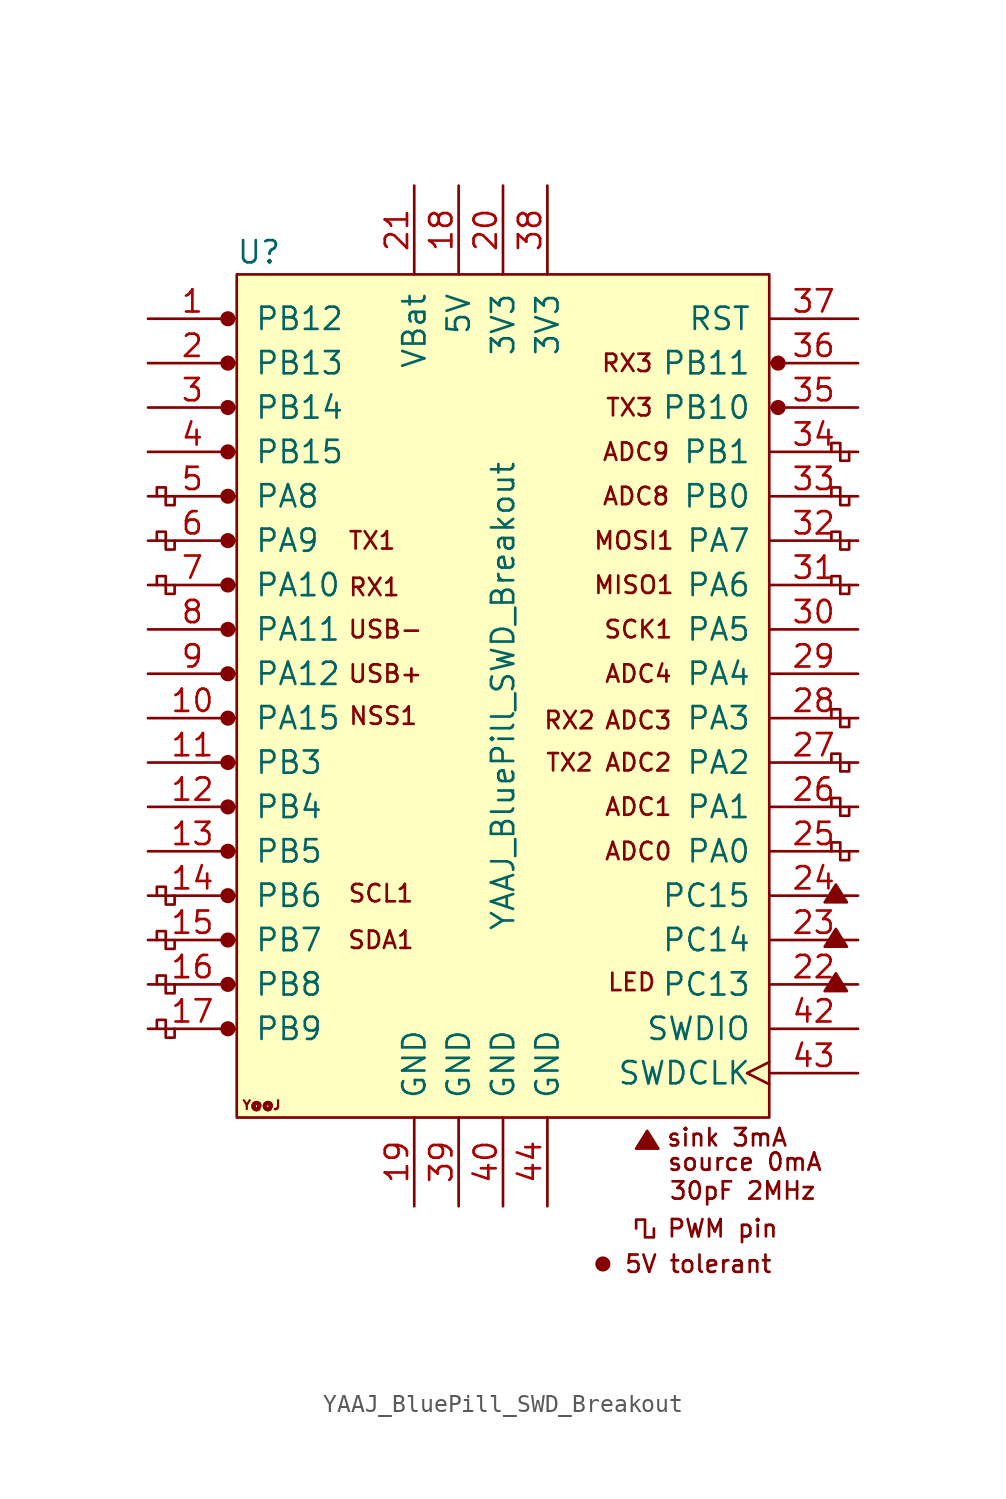
<source format=kicad_sym>
(kicad_symbol_lib
  (version 20241209)
  (generator "kicad_symbol_editor")
  (generator_version "9.0")
  (symbol "YAAJ_BluePill_SWD_Breakout"
    (pin_names
      (offset 1.016))
    (property "Reference" "U"
      (at -13.97 24.13 0)
      (effects (font (size 1.27 1.27))))
    (property "Value" "YAAJ_BluePill_SWD_Breakout"
      (at 0 -1.27 90)
      (effects (font (size 1.27 1.27))))
    (symbol "YAAJ_BluePill_SWD_Breakout_0_0"
      (circle (center -15.748 20.32) (radius 0.356) (stroke (width 0) (type solid)) (fill (type outline)))
      (circle (center -15.748 15.24) (radius 0.356) (stroke (width 0) (type solid)) (fill (type outline)))
      (circle (center -15.748 12.7) (radius 0.356) (stroke (width 0) (type solid)) (fill (type outline)))
      (circle (center -15.748 10.16) (radius 0.356) (stroke (width 0) (type solid)) (fill (type outline)))
      (circle (center -15.748 7.62) (radius 0.356) (stroke (width 0) (type solid)) (fill (type outline)))
      (circle (center -15.748 5.08) (radius 0.356) (stroke (width 0) (type solid)) (fill (type outline)))
      (circle (center -15.748 2.54) (radius 0.356) (stroke (width 0) (type solid)) (fill (type outline)))
      (circle (center -15.748 0) (radius 0.356) (stroke (width 0) (type solid)) (fill (type outline)))
      (circle (center -15.748 -2.54) (radius 0.356) (stroke (width 0) (type solid)) (fill (type outline)))
      (circle (center -15.748 -5.08) (radius 0.356) (stroke (width 0) (type solid)) (fill (type outline)))
      (circle (center -15.748 -7.62) (radius 0.356) (stroke (width 0) (type solid)) (fill (type outline)))
      (circle (center -15.748 -10.16) (radius 0.356) (stroke (width 0) (type solid)) (fill (type outline)))
      (circle (center -15.748 -12.7) (radius 0.356) (stroke (width 0) (type solid)) (fill (type outline)))
      (circle (center -15.748 -15.24) (radius 0.356) (stroke (width 0) (type solid)) (fill (type outline)))
      (circle (center -15.748 -17.78) (radius 0.356) (stroke (width 0) (type solid)) (fill (type outline)))
      (circle (center -15.748 -20.32) (radius 0.356) (stroke (width 0) (type solid)) (fill (type outline)))
      (circle (center 5.715 -33.782) (radius 0.127) (stroke (width 0) (type solid)) (fill (type outline)))
      (circle (center 5.715 -33.782) (radius 0.254) (stroke (width 0) (type solid)) (fill (type none)))
      (circle (center 5.715 -33.782) (radius 0.356) (stroke (width 0) (type solid)) (fill (type none)))
      (polyline (pts (xy 7.62 -27.178) (xy 8.255 -26.162) (xy 8.89 -27.178) (xy 7.62 -27.178) (xy 8.255 -26.289) (xy 8.763 -27.178) (xy 7.747 -27.051) (xy 8.255 -26.416) (xy 8.636 -27.178) (xy 7.874 -26.924) (xy 8.382 -26.543) (xy 8.509 -27.178) (xy 8.001 -26.797) (xy 8.509 -26.67) (xy 8.382 -27.051) (xy 8.128 -26.797) (xy 8.382 -26.924) (xy 8.255 -26.67)) (stroke (width 0) (type solid)) (fill (type none)))
      (circle (center 15.748 17.78) (radius 0.254) (stroke (width 0) (type solid)) (fill (type outline)))
      (circle (center 15.748 17.78) (radius 0.356) (stroke (width 0) (type solid)) (fill (type none)))
      (circle (center 15.748 15.24) (radius 0.254) (stroke (width 0) (type solid)) (fill (type outline)))
      (circle (center 15.748 15.24) (radius 0.356) (stroke (width 0) (type solid)) (fill (type none)))
      (polyline (pts (xy 18.415 -13.081) (xy 19.05 -12.065) (xy 19.685 -13.081) (xy 18.415 -13.081) (xy 19.05 -12.192) (xy 19.558 -13.081) (xy 18.542 -12.954) (xy 19.05 -12.319) (xy 19.431 -13.081) (xy 18.669 -12.827) (xy 19.177 -12.446) (xy 19.304 -13.081) (xy 18.796 -12.7) (xy 19.304 -12.573) (xy 19.177 -12.954) (xy 18.923 -12.7) (xy 19.177 -12.827) (xy 19.05 -12.573)) (stroke (width 0) (type solid)) (fill (type none)))
      (polyline (pts (xy 18.415 -15.621) (xy 19.05 -14.605) (xy 19.685 -15.621) (xy 18.415 -15.621) (xy 19.05 -14.732) (xy 19.558 -15.621) (xy 18.542 -15.494) (xy 19.05 -14.859) (xy 19.431 -15.621) (xy 18.669 -15.367) (xy 19.177 -14.986) (xy 19.304 -15.621) (xy 18.796 -15.24) (xy 19.304 -15.113) (xy 19.177 -15.494) (xy 18.923 -15.24) (xy 19.177 -15.367) (xy 19.05 -15.113)) (stroke (width 0) (type solid)) (fill (type none)))
      (polyline (pts (xy 18.415 -18.161) (xy 19.05 -17.145) (xy 19.685 -18.161) (xy 18.415 -18.161) (xy 19.05 -17.272) (xy 19.558 -18.161) (xy 18.542 -18.034) (xy 19.05 -17.399) (xy 19.431 -18.161) (xy 18.669 -17.907) (xy 19.177 -17.526) (xy 19.304 -18.161) (xy 18.796 -17.78) (xy 19.304 -17.653) (xy 19.177 -18.034) (xy 18.923 -17.78) (xy 19.177 -17.907) (xy 19.05 -17.653)) (stroke (width 0) (type solid)) (fill (type none)))
      (text "Y@@J" (at -13.818 -24.689 0) (effects (font (size 0.508 0.508))))
      (text "TX1" (at -7.493 7.62 0) (effects (font (size 0.991 0.991))))
      (text "RX1" (at -7.366 4.953 0) (effects (font (size 0.991 0.991))))
      (text "SCL1" (at -6.985 -12.573 0) (effects (font (size 0.991 0.991))))
      (text "SDA1" (at -6.985 -15.24 0) (effects (font (size 0.991 0.991))))
      (text "NSS1" (at -6.858 -2.413 0) (effects (font (size 0.991 0.991))))
      (text "USB-" (at -6.731 2.54 0) (effects (font (size 0.991 0.991))))
      (text "USB+" (at -6.731 0 0) (effects (font (size 0.991 0.991))))
      (text "RX2" (at 3.81 -2.667 0) (effects (font (size 0.991 0.991))))
      (text "TX2" (at 3.81 -5.08 0) (effects (font (size 0.991 0.991))))
      (text "RX3" (at 7.112 17.78 0) (effects (font (size 0.991 0.991))))
      (text "TX3" (at 7.239 15.24 0) (effects (font (size 0.991 0.991))))
      (text "LED" (at 7.366 -17.653 0) (effects (font (size 0.991 0.991))))
      (text "MOSI1" (at 7.493 7.62 0) (effects (font (size 0.991 0.991))))
      (text "MISO1" (at 7.493 5.08 0) (effects (font (size 0.991 0.991))))
      (text "ADC9" (at 7.62 12.7 0) (effects (font (size 0.991 0.991))))
      (text "ADC8" (at 7.62 10.16 0) (effects (font (size 0.991 0.991))))
      (text "SCK1" (at 7.747 2.54 0) (effects (font (size 0.991 0.991))))
      (text "ADC4" (at 7.747 0 0) (effects (font (size 0.991 0.991))))
      (text "ADC3" (at 7.747 -2.667 0) (effects (font (size 0.991 0.991))))
      (text "ADC2" (at 7.747 -5.08 0) (effects (font (size 0.991 0.991))))
      (text "ADC1" (at 7.747 -7.62 0) (effects (font (size 0.991 0.991))))
      (text "ADC0" (at 7.747 -10.16 0) (effects (font (size 0.991 0.991))))
      (text "5V tolerant" (at 11.176 -33.782 0) (effects (font (size 0.991 0.991))))
      (text "PWM pin" (at 12.573 -31.75 0) (effects (font (size 0.991 0.991))))
      (text "sink 3mA" (at 12.827 -26.543 0) (effects (font (size 0.991 0.991))))
      (text "30pF 2MHz" (at 13.716 -29.591 0) (effects (font (size 0.991 0.991))))
      (text "source 0mA" (at 13.843 -27.94 0) (effects (font (size 0.991 0.991)))))
    (symbol "YAAJ_BluePill_SWD_Breakout_0_1"
      (polyline (pts (xy -18.796 10.16) (xy -18.796 9.652) (xy -19.304 9.652) (xy -19.304 10.668) (xy -19.812 10.668) (xy -19.812 10.16)) (stroke (width 0) (type solid)) (fill (type none)))
      (polyline (pts (xy -18.796 7.62) (xy -18.796 7.112) (xy -19.304 7.112) (xy -19.304 8.128) (xy -19.812 8.128) (xy -19.812 7.62)) (stroke (width 0) (type solid)) (fill (type none)))
      (polyline (pts (xy -18.796 5.08) (xy -18.796 4.572) (xy -19.304 4.572) (xy -19.304 5.588) (xy -19.812 5.588) (xy -19.812 5.08)) (stroke (width 0) (type solid)) (fill (type none)))
      (polyline (pts (xy -18.796 -12.7) (xy -18.796 -13.208) (xy -19.304 -13.208) (xy -19.304 -12.192) (xy -19.812 -12.192) (xy -19.812 -12.7)) (stroke (width 0) (type solid)) (fill (type none)))
      (polyline (pts (xy -18.796 -15.24) (xy -18.796 -15.748) (xy -19.304 -15.748) (xy -19.304 -14.732) (xy -19.812 -14.732) (xy -19.812 -15.24)) (stroke (width 0) (type solid)) (fill (type none)))
      (polyline (pts (xy -18.796 -17.78) (xy -18.796 -18.288) (xy -19.304 -18.288) (xy -19.304 -17.272) (xy -19.812 -17.272) (xy -19.812 -17.78)) (stroke (width 0) (type solid)) (fill (type none)))
      (polyline (pts (xy -18.796 -20.32) (xy -18.796 -20.828) (xy -19.304 -20.828) (xy -19.304 -19.812) (xy -19.812 -19.812) (xy -19.812 -20.32)) (stroke (width 0) (type solid)) (fill (type none)))
      (rectangle (start -15.24 22.86) (end 15.24 -25.4) (stroke (width 0) (type solid)) (fill (type background)))
      (polyline (pts (xy 8.636 -31.75) (xy 8.636 -32.258) (xy 8.128 -32.258) (xy 8.128 -31.242) (xy 7.62 -31.242) (xy 7.62 -31.75)) (stroke (width 0) (type solid)) (fill (type none)))
      (polyline (pts (xy 19.812 12.7) (xy 19.812 12.192) (xy 19.304 12.192) (xy 19.304 13.208) (xy 18.796 13.208) (xy 18.796 12.7)) (stroke (width 0) (type solid)) (fill (type none)))
      (polyline (pts (xy 19.812 10.16) (xy 19.812 9.652) (xy 19.304 9.652) (xy 19.304 10.668) (xy 18.796 10.668) (xy 18.796 10.16)) (stroke (width 0) (type solid)) (fill (type none)))
      (polyline (pts (xy 19.812 7.62) (xy 19.812 7.112) (xy 19.304 7.112) (xy 19.304 8.128) (xy 18.796 8.128) (xy 18.796 7.62)) (stroke (width 0) (type solid)) (fill (type none)))
      (polyline (pts (xy 19.812 5.08) (xy 19.812 4.572) (xy 19.304 4.572) (xy 19.304 5.588) (xy 18.796 5.588) (xy 18.796 5.08)) (stroke (width 0) (type solid)) (fill (type none)))
      (polyline (pts (xy 19.812 -2.54) (xy 19.812 -3.048) (xy 19.304 -3.048) (xy 19.304 -2.032) (xy 18.796 -2.032) (xy 18.796 -2.54)) (stroke (width 0) (type solid)) (fill (type none)))
      (polyline (pts (xy 19.812 -5.08) (xy 19.812 -5.588) (xy 19.304 -5.588) (xy 19.304 -4.572) (xy 18.796 -4.572) (xy 18.796 -5.08)) (stroke (width 0) (type solid)) (fill (type none)))
      (polyline (pts (xy 19.812 -7.62) (xy 19.812 -8.128) (xy 19.304 -8.128) (xy 19.304 -7.112) (xy 18.796 -7.112) (xy 18.796 -7.62)) (stroke (width 0) (type solid)) (fill (type none)))
      (polyline (pts (xy 19.812 -10.16) (xy 19.812 -10.668) (xy 19.304 -10.668) (xy 19.304 -9.652) (xy 18.796 -9.652) (xy 18.796 -10.16)) (stroke (width 0) (type solid)) (fill (type none))))
    (symbol "YAAJ_BluePill_SWD_Breakout_1_1"
      (circle (center -15.748 17.78) (radius 0.356) (stroke (width 0) (type solid)) (fill (type outline)))
      (pin bidirectional line (at -20.32 20.32 0) (length 5.08) (name "PB12" (effects (font (size 1.27 1.27)))) (number "1" (effects (font (size 1.27 1.27)))))
      (pin bidirectional line (at -20.32 17.78 0) (length 5.08) (name "PB13" (effects (font (size 1.27 1.27)))) (number "2" (effects (font (size 1.27 1.27)))))
      (pin bidirectional line (at -20.32 15.24 0) (length 5.08) (name "PB14" (effects (font (size 1.27 1.27)))) (number "3" (effects (font (size 1.27 1.27)))))
      (pin bidirectional line (at -20.32 12.7 0) (length 5.08) (name "PB15" (effects (font (size 1.27 1.27)))) (number "4" (effects (font (size 1.27 1.27)))))
      (pin bidirectional line (at -20.32 10.16 0) (length 5.08) (name "PA8" (effects (font (size 1.27 1.27)))) (number "5" (effects (font (size 1.27 1.27)))))
      (pin bidirectional line (at -20.32 7.62 0) (length 5.08) (name "PA9" (effects (font (size 1.27 1.27)))) (number "6" (effects (font (size 1.27 1.27)))))
      (pin bidirectional line (at -20.32 5.08 0) (length 5.08) (name "PA10" (effects (font (size 1.27 1.27)))) (number "7" (effects (font (size 1.27 1.27)))))
      (pin bidirectional line (at -20.32 2.54 0) (length 5.08) (name "PA11" (effects (font (size 1.27 1.27)))) (number "8" (effects (font (size 1.27 1.27)))))
      (pin bidirectional line (at -20.32 0 0) (length 5.08) (name "PA12" (effects (font (size 1.27 1.27)))) (number "9" (effects (font (size 1.27 1.27)))))
      (pin bidirectional line (at -20.32 -2.54 0) (length 5.08) (name "PA15" (effects (font (size 1.27 1.27)))) (number "10" (effects (font (size 1.27 1.27)))))
      (pin bidirectional line (at -20.32 -5.08 0) (length 5.08) (name "PB3" (effects (font (size 1.27 1.27)))) (number "11" (effects (font (size 1.27 1.27)))))
      (pin bidirectional line (at -20.32 -7.62 0) (length 5.08) (name "PB4" (effects (font (size 1.27 1.27)))) (number "12" (effects (font (size 1.27 1.27)))))
      (pin bidirectional line (at -20.32 -10.16 0) (length 5.08) (name "PB5" (effects (font (size 1.27 1.27)))) (number "13" (effects (font (size 1.27 1.27)))))
      (pin bidirectional line (at -20.32 -12.7 0) (length 5.08) (name "PB6" (effects (font (size 1.27 1.27)))) (number "14" (effects (font (size 1.27 1.27)))))
      (pin bidirectional line (at -20.32 -15.24 0) (length 5.08) (name "PB7" (effects (font (size 1.27 1.27)))) (number "15" (effects (font (size 1.27 1.27)))))
      (pin bidirectional line (at -20.32 -17.78 0) (length 5.08) (name "PB8" (effects (font (size 1.27 1.27)))) (number "16" (effects (font (size 1.27 1.27)))))
      (pin bidirectional line (at -20.32 -20.32 0) (length 5.08) (name "PB9" (effects (font (size 1.27 1.27)))) (number "17" (effects (font (size 1.27 1.27)))))
      (pin power_in line (at -5.08 27.94 270) (length 5.08) (name "VBat" (effects (font (size 1.27 1.27)))) (number "21" (effects (font (size 1.27 1.27)))))
      (pin power_in line (at -5.08 -30.48 90) (length 5.08) (name "GND" (effects (font (size 1.27 1.27)))) (number "19" (effects (font (size 1.27 1.27)))))
      (pin power_in line (at -2.54 27.94 270) (length 5.08) (name "5V" (effects (font (size 1.27 1.27)))) (number "18" (effects (font (size 1.27 1.27)))))
      (pin power_in line (at -2.54 -30.48 90) (length 5.08) (name "GND" (effects (font (size 1.27 1.27)))) (number "39" (effects (font (size 1.27 1.27)))))
      (pin power_in line (at 0 27.94 270) (length 5.08) (name "3V3" (effects (font (size 1.27 1.27)))) (number "20" (effects (font (size 1.27 1.27)))))
      (pin power_in line (at 0 -30.48 90) (length 5.08) (name "GND" (effects (font (size 1.27 1.27)))) (number "40" (effects (font (size 1.27 1.27)))))
      (pin power_in line (at 2.54 27.94 270) (length 5.08) (name "3V3" (effects (font (size 1.27 1.27)))) (number "38" (effects (font (size 1.27 1.27)))))
      (pin power_in line (at 2.54 -30.48 90) (length 5.08) (name "GND" (effects (font (size 1.27 1.27)))) (number "44" (effects (font (size 1.27 1.27)))))
      (pin input line (at 20.32 20.32 180) (length 5.08) (name "RST" (effects (font (size 1.27 1.27)))) (number "37" (effects (font (size 1.27 1.27)))))
      (pin bidirectional line (at 20.32 17.78 180) (length 5.08) (name "PB11" (effects (font (size 1.27 1.27)))) (number "36" (effects (font (size 1.27 1.27)))))
      (pin bidirectional line (at 20.32 15.24 180) (length 5.08) (name "PB10" (effects (font (size 1.27 1.27)))) (number "35" (effects (font (size 1.27 1.27)))))
      (pin bidirectional line (at 20.32 12.7 180) (length 5.08) (name "PB1" (effects (font (size 1.27 1.27)))) (number "34" (effects (font (size 1.27 1.27)))))
      (pin bidirectional line (at 20.32 10.16 180) (length 5.08) (name "PB0" (effects (font (size 1.27 1.27)))) (number "33" (effects (font (size 1.27 1.27)))))
      (pin bidirectional line (at 20.32 7.62 180) (length 5.08) (name "PA7" (effects (font (size 1.27 1.27)))) (number "32" (effects (font (size 1.27 1.27)))))
      (pin bidirectional line (at 20.32 5.08 180) (length 5.08) (name "PA6" (effects (font (size 1.27 1.27)))) (number "31" (effects (font (size 1.27 1.27)))))
      (pin bidirectional line (at 20.32 2.54 180) (length 5.08) (name "PA5" (effects (font (size 1.27 1.27)))) (number "30" (effects (font (size 1.27 1.27)))))
      (pin bidirectional line (at 20.32 0 180) (length 5.08) (name "PA4" (effects (font (size 1.27 1.27)))) (number "29" (effects (font (size 1.27 1.27)))))
      (pin bidirectional line (at 20.32 -2.54 180) (length 5.08) (name "PA3" (effects (font (size 1.27 1.27)))) (number "28" (effects (font (size 1.27 1.27)))))
      (pin bidirectional line (at 20.32 -5.08 180) (length 5.08) (name "PA2" (effects (font (size 1.27 1.27)))) (number "27" (effects (font (size 1.27 1.27)))))
      (pin bidirectional line (at 20.32 -7.62 180) (length 5.08) (name "PA1" (effects (font (size 1.27 1.27)))) (number "26" (effects (font (size 1.27 1.27)))))
      (pin bidirectional line (at 20.32 -10.16 180) (length 5.08) (name "PA0" (effects (font (size 1.27 1.27)))) (number "25" (effects (font (size 1.27 1.27)))))
      (pin bidirectional line (at 20.32 -12.7 180) (length 5.08) (name "PC15" (effects (font (size 1.27 1.27)))) (number "24" (effects (font (size 1.27 1.27)))))
      (pin bidirectional line (at 20.32 -15.24 180) (length 5.08) (name "PC14" (effects (font (size 1.27 1.27)))) (number "23" (effects (font (size 1.27 1.27)))))
      (pin bidirectional line (at 20.32 -17.78 180) (length 5.08) (name "PC13" (effects (font (size 1.27 1.27)))) (number "22" (effects (font (size 1.27 1.27)))))
      (pin bidirectional line (at 20.32 -20.32 180) (length 5.08) (name "SWDIO" (effects (font (size 1.27 1.27)))) (number "42" (effects (font (size 1.27 1.27)))))
      (pin input clock (at 20.32 -22.86 180) (length 5.08) (name "SWDCLK" (effects (font (size 1.27 1.27)))) (number "43" (effects (font (size 1.27 1.27))))))))
</source>
